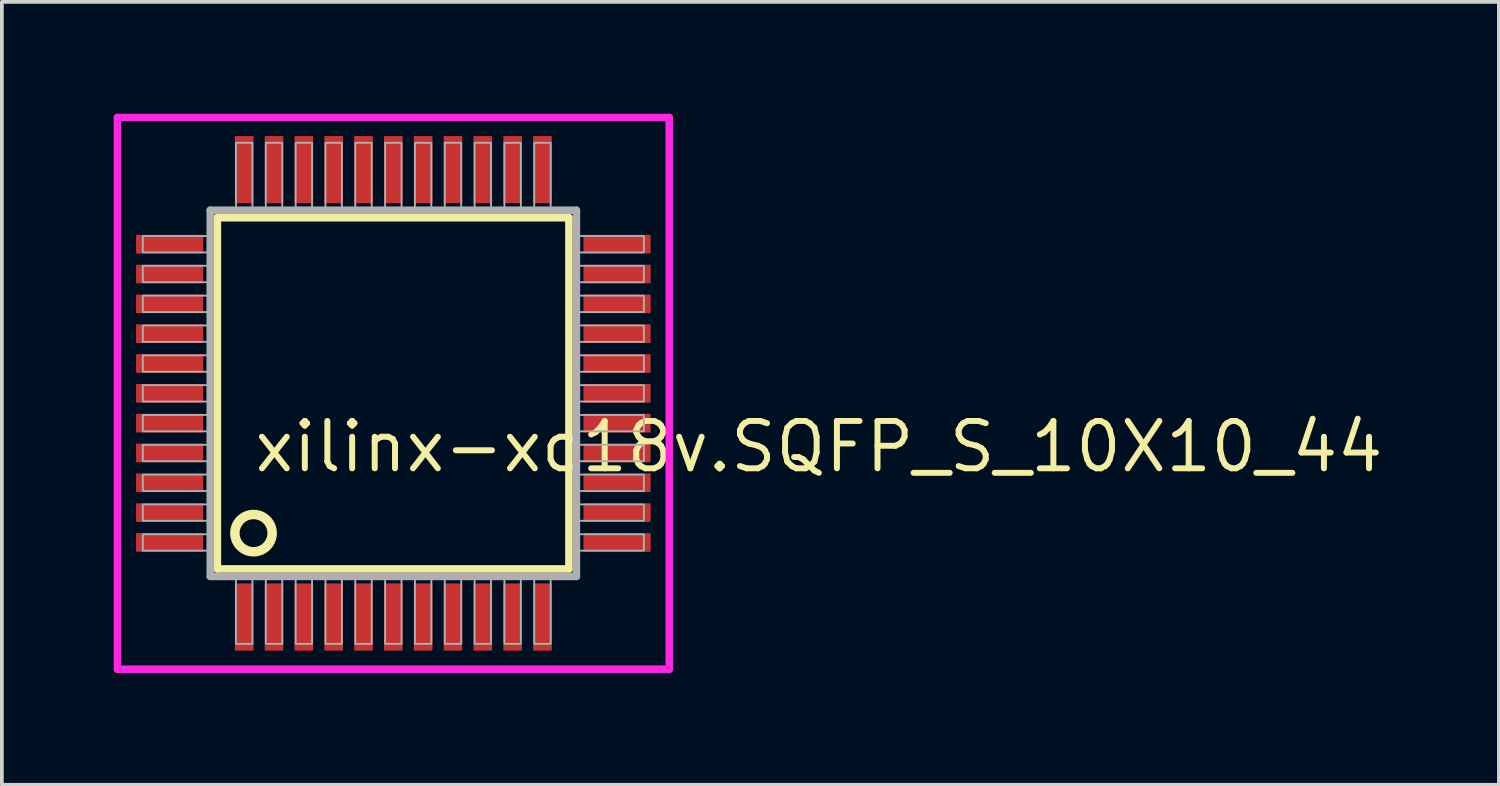
<source format=kicad_pcb>
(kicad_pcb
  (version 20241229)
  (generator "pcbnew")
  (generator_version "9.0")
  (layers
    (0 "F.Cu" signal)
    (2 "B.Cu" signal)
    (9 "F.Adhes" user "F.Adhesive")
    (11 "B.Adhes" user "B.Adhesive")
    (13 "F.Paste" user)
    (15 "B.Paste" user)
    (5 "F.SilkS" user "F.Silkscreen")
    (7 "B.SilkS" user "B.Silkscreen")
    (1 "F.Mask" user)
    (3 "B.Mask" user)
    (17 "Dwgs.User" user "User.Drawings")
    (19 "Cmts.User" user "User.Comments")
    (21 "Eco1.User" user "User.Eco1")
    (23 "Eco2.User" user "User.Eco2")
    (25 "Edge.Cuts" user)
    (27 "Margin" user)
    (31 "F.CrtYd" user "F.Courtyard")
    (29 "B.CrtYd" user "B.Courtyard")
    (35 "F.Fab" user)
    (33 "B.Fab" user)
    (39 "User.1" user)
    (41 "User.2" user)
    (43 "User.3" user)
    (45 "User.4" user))
  (footprint "xilinx-xc18v.SQFP_S_10X10_44"
    (layer "F.Cu")
    (at 7.5 7.5)
    (property "Reference" "xilinx-xc18v.SQFP_S_10X10_44" (at -3.81 2.175 0) (layer "F.SilkS") (effects (font (size 1.27 1.27) (thickness 0.16)) (justify left bottom)))
    (attr smd)
    (fp_line (start -4.72 -4.71) (end 4.71 -4.71) (stroke (width 0.203) (type default)) (layer "F.SilkS"))
    (fp_line (start -4.72 4.71) (end -4.72 -4.71) (stroke (width 0.203) (type default)) (layer "F.SilkS"))
    (fp_line (start 4.71 -4.71) (end 4.71 4.71) (stroke (width 0.203) (type default)) (layer "F.SilkS"))
    (fp_line (start 4.71 4.71) (end -4.72 4.71) (stroke (width 0.203) (type default)) (layer "F.SilkS"))
    (fp_circle (center -3.75 3.75) (end -3.25 3.75) (stroke (width 0.254) (type default)) (fill no) (layer "F.SilkS"))
    (fp_line (start -7.4 -7.4) (end 7.4 -7.4) (stroke (width 0.2) (type default)) (layer "F.CrtYd"))
    (fp_line (start -7.4 7.4) (end -7.4 -7.4) (stroke (width 0.2) (type default)) (layer "F.CrtYd"))
    (fp_line (start 7.4 -7.4) (end 7.4 7.4) (stroke (width 0.2) (type default)) (layer "F.CrtYd"))
    (fp_line (start 7.4 7.4) (end -7.4 7.4) (stroke (width 0.2) (type default)) (layer "F.CrtYd"))
    (fp_line (start -4.91 -4.91) (end -4.91 4.91) (stroke (width 0.203) (type default)) (layer "F.Fab"))
    (fp_line (start -4.91 4.91) (end 4.91 4.91) (stroke (width 0.203) (type default)) (layer "F.Fab"))
    (fp_line (start 4.91 -4.91) (end -4.91 -4.91) (stroke (width 0.203) (type default)) (layer "F.Fab"))
    (fp_line (start 4.91 4.91) (end 4.91 -4.91) (stroke (width 0.203) (type default)) (layer "F.Fab"))
    (fp_rect (start -6.72 -3.78) (end -4.95 -4.22) (stroke (width 0.05) (type default)) (fill no) (layer "F.Fab"))
    (fp_rect (start -6.72 -2.98) (end -4.95 -3.42) (stroke (width 0.05) (type default)) (fill no) (layer "F.Fab"))
    (fp_rect (start -6.72 -2.18) (end -4.95 -2.62) (stroke (width 0.05) (type default)) (fill no) (layer "F.Fab"))
    (fp_rect (start -6.72 -1.38) (end -4.95 -1.82) (stroke (width 0.05) (type default)) (fill no) (layer "F.Fab"))
    (fp_rect (start -6.72 -0.58) (end -4.95 -1.02) (stroke (width 0.05) (type default)) (fill no) (layer "F.Fab"))
    (fp_rect (start -6.72 0.22) (end -4.95 -0.22) (stroke (width 0.05) (type default)) (fill no) (layer "F.Fab"))
    (fp_rect (start -6.72 1.02) (end -4.95 0.58) (stroke (width 0.05) (type default)) (fill no) (layer "F.Fab"))
    (fp_rect (start -6.72 1.82) (end -4.95 1.38) (stroke (width 0.05) (type default)) (fill no) (layer "F.Fab"))
    (fp_rect (start -6.72 2.62) (end -4.95 2.18) (stroke (width 0.05) (type default)) (fill no) (layer "F.Fab"))
    (fp_rect (start -6.72 3.42) (end -4.95 2.98) (stroke (width 0.05) (type default)) (fill no) (layer "F.Fab"))
    (fp_rect (start -6.72 4.22) (end -4.95 3.78) (stroke (width 0.05) (type default)) (fill no) (layer "F.Fab"))
    (fp_rect (start -4.22 -4.95) (end -3.78 -6.72) (stroke (width 0.05) (type default)) (fill no) (layer "F.Fab"))
    (fp_rect (start -4.22 6.72) (end -3.78 4.95) (stroke (width 0.05) (type default)) (fill no) (layer "F.Fab"))
    (fp_rect (start -3.42 -4.95) (end -2.98 -6.72) (stroke (width 0.05) (type default)) (fill no) (layer "F.Fab"))
    (fp_rect (start -3.42 6.72) (end -2.98 4.95) (stroke (width 0.05) (type default)) (fill no) (layer "F.Fab"))
    (fp_rect (start -2.62 -4.95) (end -2.18 -6.72) (stroke (width 0.05) (type default)) (fill no) (layer "F.Fab"))
    (fp_rect (start -2.62 6.72) (end -2.18 4.95) (stroke (width 0.05) (type default)) (fill no) (layer "F.Fab"))
    (fp_rect (start -1.82 -4.95) (end -1.38 -6.72) (stroke (width 0.05) (type default)) (fill no) (layer "F.Fab"))
    (fp_rect (start -1.82 6.72) (end -1.38 4.95) (stroke (width 0.05) (type default)) (fill no) (layer "F.Fab"))
    (fp_rect (start -1.02 -4.95) (end -0.58 -6.72) (stroke (width 0.05) (type default)) (fill no) (layer "F.Fab"))
    (fp_rect (start -1.02 6.72) (end -0.58 4.95) (stroke (width 0.05) (type default)) (fill no) (layer "F.Fab"))
    (fp_rect (start -0.22 -4.95) (end 0.22 -6.72) (stroke (width 0.05) (type default)) (fill no) (layer "F.Fab"))
    (fp_rect (start -0.22 6.72) (end 0.22 4.95) (stroke (width 0.05) (type default)) (fill no) (layer "F.Fab"))
    (fp_rect (start 0.58 -4.95) (end 1.02 -6.72) (stroke (width 0.05) (type default)) (fill no) (layer "F.Fab"))
    (fp_rect (start 0.58 6.72) (end 1.02 4.95) (stroke (width 0.05) (type default)) (fill no) (layer "F.Fab"))
    (fp_rect (start 1.38 -4.95) (end 1.82 -6.72) (stroke (width 0.05) (type default)) (fill no) (layer "F.Fab"))
    (fp_rect (start 1.38 6.72) (end 1.82 4.95) (stroke (width 0.05) (type default)) (fill no) (layer "F.Fab"))
    (fp_rect (start 2.18 -4.95) (end 2.62 -6.72) (stroke (width 0.05) (type default)) (fill no) (layer "F.Fab"))
    (fp_rect (start 2.18 6.72) (end 2.62 4.95) (stroke (width 0.05) (type default)) (fill no) (layer "F.Fab"))
    (fp_rect (start 2.98 -4.95) (end 3.42 -6.72) (stroke (width 0.05) (type default)) (fill no) (layer "F.Fab"))
    (fp_rect (start 2.98 6.72) (end 3.42 4.95) (stroke (width 0.05) (type default)) (fill no) (layer "F.Fab"))
    (fp_rect (start 3.78 -4.95) (end 4.22 -6.72) (stroke (width 0.05) (type default)) (fill no) (layer "F.Fab"))
    (fp_rect (start 3.78 6.72) (end 4.22 4.95) (stroke (width 0.05) (type default)) (fill no) (layer "F.Fab"))
    (fp_rect (start 4.95 -3.78) (end 6.72 -4.22) (stroke (width 0.05) (type default)) (fill no) (layer "F.Fab"))
    (fp_rect (start 4.95 -2.98) (end 6.72 -3.42) (stroke (width 0.05) (type default)) (fill no) (layer "F.Fab"))
    (fp_rect (start 4.95 -2.18) (end 6.72 -2.62) (stroke (width 0.05) (type default)) (fill no) (layer "F.Fab"))
    (fp_rect (start 4.95 -1.38) (end 6.72 -1.82) (stroke (width 0.05) (type default)) (fill no) (layer "F.Fab"))
    (fp_rect (start 4.95 -0.58) (end 6.72 -1.02) (stroke (width 0.05) (type default)) (fill no) (layer "F.Fab"))
    (fp_rect (start 4.95 0.22) (end 6.72 -0.22) (stroke (width 0.05) (type default)) (fill no) (layer "F.Fab"))
    (fp_rect (start 4.95 1.02) (end 6.72 0.58) (stroke (width 0.05) (type default)) (fill no) (layer "F.Fab"))
    (fp_rect (start 4.95 1.82) (end 6.72 1.38) (stroke (width 0.05) (type default)) (fill no) (layer "F.Fab"))
    (fp_rect (start 4.95 2.62) (end 6.72 2.18) (stroke (width 0.05) (type default)) (fill no) (layer "F.Fab"))
    (fp_rect (start 4.95 3.42) (end 6.72 2.98) (stroke (width 0.05) (type default)) (fill no) (layer "F.Fab"))
    (fp_rect (start 4.95 4.22) (end 6.72 3.78) (stroke (width 0.05) (type default)) (fill no) (layer "F.Fab"))
    (pad "1" smd roundrect (at -4 6) (size 0.5 1.8) (layers "F.Cu" "F.Mask" "F.Paste") (roundrect_rratio 0.01))
    (pad "2" smd roundrect (at -3.2 6) (size 0.5 1.8) (layers "F.Cu" "F.Mask" "F.Paste") (roundrect_rratio 0.01))
    (pad "3" smd roundrect (at -2.4 6) (size 0.5 1.8) (layers "F.Cu" "F.Mask" "F.Paste") (roundrect_rratio 0.01))
    (pad "4" smd roundrect (at -1.6 6) (size 0.5 1.8) (layers "F.Cu" "F.Mask" "F.Paste") (roundrect_rratio 0.01))
    (pad "5" smd roundrect (at -0.8 6) (size 0.5 1.8) (layers "F.Cu" "F.Mask" "F.Paste") (roundrect_rratio 0.01))
    (pad "6" smd roundrect (at 0 6) (size 0.5 1.8) (layers "F.Cu" "F.Mask" "F.Paste") (roundrect_rratio 0.01))
    (pad "7" smd roundrect (at 0.8 6) (size 0.5 1.8) (layers "F.Cu" "F.Mask" "F.Paste") (roundrect_rratio 0.01))
    (pad "8" smd roundrect (at 1.6 6) (size 0.5 1.8) (layers "F.Cu" "F.Mask" "F.Paste") (roundrect_rratio 0.01))
    (pad "9" smd roundrect (at 2.4 6) (size 0.5 1.8) (layers "F.Cu" "F.Mask" "F.Paste") (roundrect_rratio 0.01))
    (pad "10" smd roundrect (at 3.2 6) (size 0.5 1.8) (layers "F.Cu" "F.Mask" "F.Paste") (roundrect_rratio 0.01))
    (pad "11" smd roundrect (at 4 6) (size 0.5 1.8) (layers "F.Cu" "F.Mask" "F.Paste") (roundrect_rratio 0.01))
    (pad "12" smd roundrect (at 6 4) (size 1.8 0.5) (layers "F.Cu" "F.Mask" "F.Paste") (roundrect_rratio 0.01))
    (pad "13" smd roundrect (at 6 3.2) (size 1.8 0.5) (layers "F.Cu" "F.Mask" "F.Paste") (roundrect_rratio 0.01))
    (pad "14" smd roundrect (at 6 2.4) (size 1.8 0.5) (layers "F.Cu" "F.Mask" "F.Paste") (roundrect_rratio 0.01))
    (pad "15" smd roundrect (at 6 1.6) (size 1.8 0.5) (layers "F.Cu" "F.Mask" "F.Paste") (roundrect_rratio 0.01))
    (pad "16" smd roundrect (at 6 0.8) (size 1.8 0.5) (layers "F.Cu" "F.Mask" "F.Paste") (roundrect_rratio 0.01))
    (pad "17" smd roundrect (at 6 0) (size 1.8 0.5) (layers "F.Cu" "F.Mask" "F.Paste") (roundrect_rratio 0.01))
    (pad "18" smd roundrect (at 6 -0.8) (size 1.8 0.5) (layers "F.Cu" "F.Mask" "F.Paste") (roundrect_rratio 0.01))
    (pad "19" smd roundrect (at 6 -1.6) (size 1.8 0.5) (layers "F.Cu" "F.Mask" "F.Paste") (roundrect_rratio 0.01))
    (pad "20" smd roundrect (at 6 -2.4) (size 1.8 0.5) (layers "F.Cu" "F.Mask" "F.Paste") (roundrect_rratio 0.01))
    (pad "21" smd roundrect (at 6 -3.2) (size 1.8 0.5) (layers "F.Cu" "F.Mask" "F.Paste") (roundrect_rratio 0.01))
    (pad "22" smd roundrect (at 6 -4) (size 1.8 0.5) (layers "F.Cu" "F.Mask" "F.Paste") (roundrect_rratio 0.01))
    (pad "23" smd roundrect (at 4 -6) (size 0.5 1.8) (layers "F.Cu" "F.Mask" "F.Paste") (roundrect_rratio 0.01))
    (pad "24" smd roundrect (at 3.2 -6) (size 0.5 1.8) (layers "F.Cu" "F.Mask" "F.Paste") (roundrect_rratio 0.01))
    (pad "25" smd roundrect (at 2.4 -6) (size 0.5 1.8) (layers "F.Cu" "F.Mask" "F.Paste") (roundrect_rratio 0.01))
    (pad "26" smd roundrect (at 1.6 -6) (size 0.5 1.8) (layers "F.Cu" "F.Mask" "F.Paste") (roundrect_rratio 0.01))
    (pad "27" smd roundrect (at 0.8 -6) (size 0.5 1.8) (layers "F.Cu" "F.Mask" "F.Paste") (roundrect_rratio 0.01))
    (pad "28" smd roundrect (at 0 -6) (size 0.5 1.8) (layers "F.Cu" "F.Mask" "F.Paste") (roundrect_rratio 0.01))
    (pad "29" smd roundrect (at -0.8 -6) (size 0.5 1.8) (layers "F.Cu" "F.Mask" "F.Paste") (roundrect_rratio 0.01))
    (pad "30" smd roundrect (at -1.6 -6) (size 0.5 1.8) (layers "F.Cu" "F.Mask" "F.Paste") (roundrect_rratio 0.01))
    (pad "31" smd roundrect (at -2.4 -6) (size 0.5 1.8) (layers "F.Cu" "F.Mask" "F.Paste") (roundrect_rratio 0.01))
    (pad "32" smd roundrect (at -3.2 -6) (size 0.5 1.8) (layers "F.Cu" "F.Mask" "F.Paste") (roundrect_rratio 0.01))
    (pad "33" smd roundrect (at -4 -6) (size 0.5 1.8) (layers "F.Cu" "F.Mask" "F.Paste") (roundrect_rratio 0.01))
    (pad "34" smd roundrect (at -6 -4) (size 1.8 0.5) (layers "F.Cu" "F.Mask" "F.Paste") (roundrect_rratio 0.01))
    (pad "35" smd roundrect (at -6 -3.2) (size 1.8 0.5) (layers "F.Cu" "F.Mask" "F.Paste") (roundrect_rratio 0.01))
    (pad "36" smd roundrect (at -6 -2.4) (size 1.8 0.5) (layers "F.Cu" "F.Mask" "F.Paste") (roundrect_rratio 0.01))
    (pad "37" smd roundrect (at -6 -1.6) (size 1.8 0.5) (layers "F.Cu" "F.Mask" "F.Paste") (roundrect_rratio 0.01))
    (pad "38" smd roundrect (at -6 -0.8) (size 1.8 0.5) (layers "F.Cu" "F.Mask" "F.Paste") (roundrect_rratio 0.01))
    (pad "39" smd roundrect (at -6 0) (size 1.8 0.5) (layers "F.Cu" "F.Mask" "F.Paste") (roundrect_rratio 0.01))
    (pad "40" smd roundrect (at -6 0.8) (size 1.8 0.5) (layers "F.Cu" "F.Mask" "F.Paste") (roundrect_rratio 0.01))
    (pad "41" smd roundrect (at -6 1.6) (size 1.8 0.5) (layers "F.Cu" "F.Mask" "F.Paste") (roundrect_rratio 0.01))
    (pad "42" smd roundrect (at -6 2.4) (size 1.8 0.5) (layers "F.Cu" "F.Mask" "F.Paste") (roundrect_rratio 0.01))
    (pad "43" smd roundrect (at -6 3.2) (size 1.8 0.5) (layers "F.Cu" "F.Mask" "F.Paste") (roundrect_rratio 0.01))
    (pad "44" smd roundrect (at -6 4) (size 1.8 0.5) (layers "F.Cu" "F.Mask" "F.Paste") (roundrect_rratio 0.01)))
  (gr_rect
    (start -3 -3)
    (end 37.154 18)
    (stroke (width 0.1) (type default))
    (fill no)
    (layer "Edge.Cuts")))
</source>
